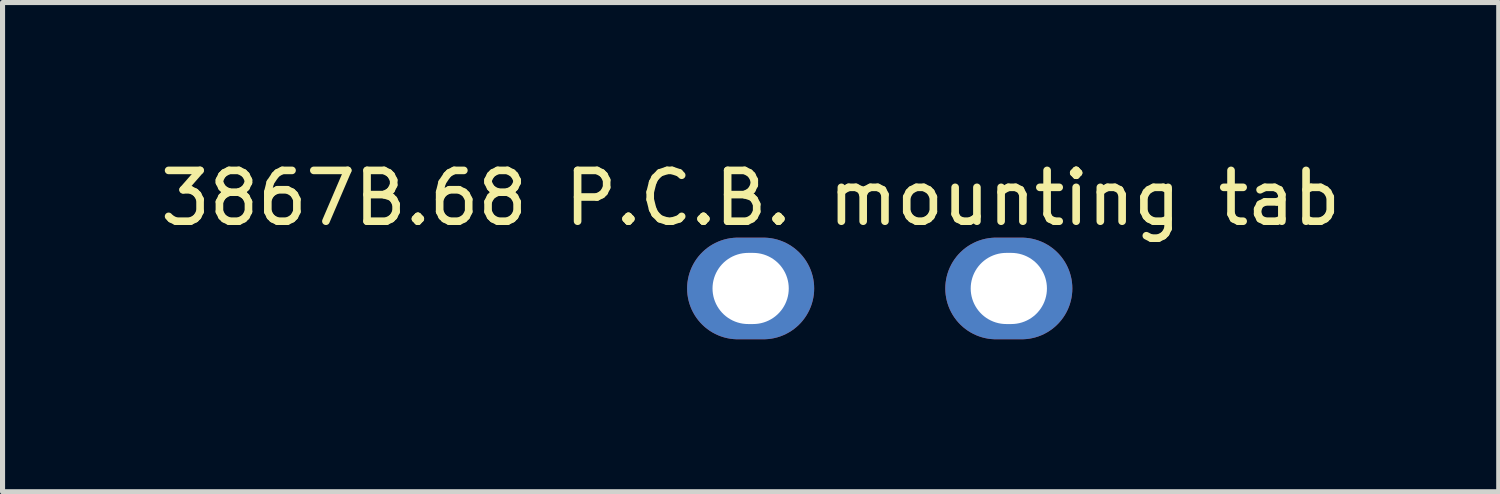
<source format=kicad_pcb>
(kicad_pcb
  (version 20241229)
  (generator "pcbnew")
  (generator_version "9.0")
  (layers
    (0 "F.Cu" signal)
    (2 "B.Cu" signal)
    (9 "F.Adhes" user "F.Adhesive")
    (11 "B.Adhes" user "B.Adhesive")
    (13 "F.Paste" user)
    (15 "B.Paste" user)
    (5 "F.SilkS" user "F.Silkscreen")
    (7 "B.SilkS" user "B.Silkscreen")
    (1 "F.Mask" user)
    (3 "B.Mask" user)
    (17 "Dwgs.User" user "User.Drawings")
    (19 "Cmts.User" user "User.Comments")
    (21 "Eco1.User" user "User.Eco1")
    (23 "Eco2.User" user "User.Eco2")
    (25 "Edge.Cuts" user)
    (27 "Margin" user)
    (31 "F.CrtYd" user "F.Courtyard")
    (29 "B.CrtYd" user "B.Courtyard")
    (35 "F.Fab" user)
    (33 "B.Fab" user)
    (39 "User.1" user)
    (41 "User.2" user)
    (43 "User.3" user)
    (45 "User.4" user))
  (footprint "3867B.68 P.C.B. mounting tab"
    (layer "F.Cu")
    (at 11.72 2.626)
    (property "Reference" "3867B.68 P.C.B. mounting tab" (at 0 -1.778 0) (unlocked yes) (layer "F.SilkS") (effects (font (size 1 1) (thickness 0.15))))
    (attr through_hole)
    (pad "1" thru_hole oval (at 0 0) (size 2.5 2) (drill oval 1.5 1.4) (layers "*.Cu" "*.Mask"))
    (pad "2" thru_hole oval (at 5.08 0) (size 2.5 2) (drill oval 1.5 1.4) (layers "*.Cu" "*.Mask")))
  (gr_rect
    (start -3 -3)
    (end 26.44 6.626)
    (stroke (width 0.1) (type default))
    (fill no)
    (layer "Edge.Cuts")))
</source>
